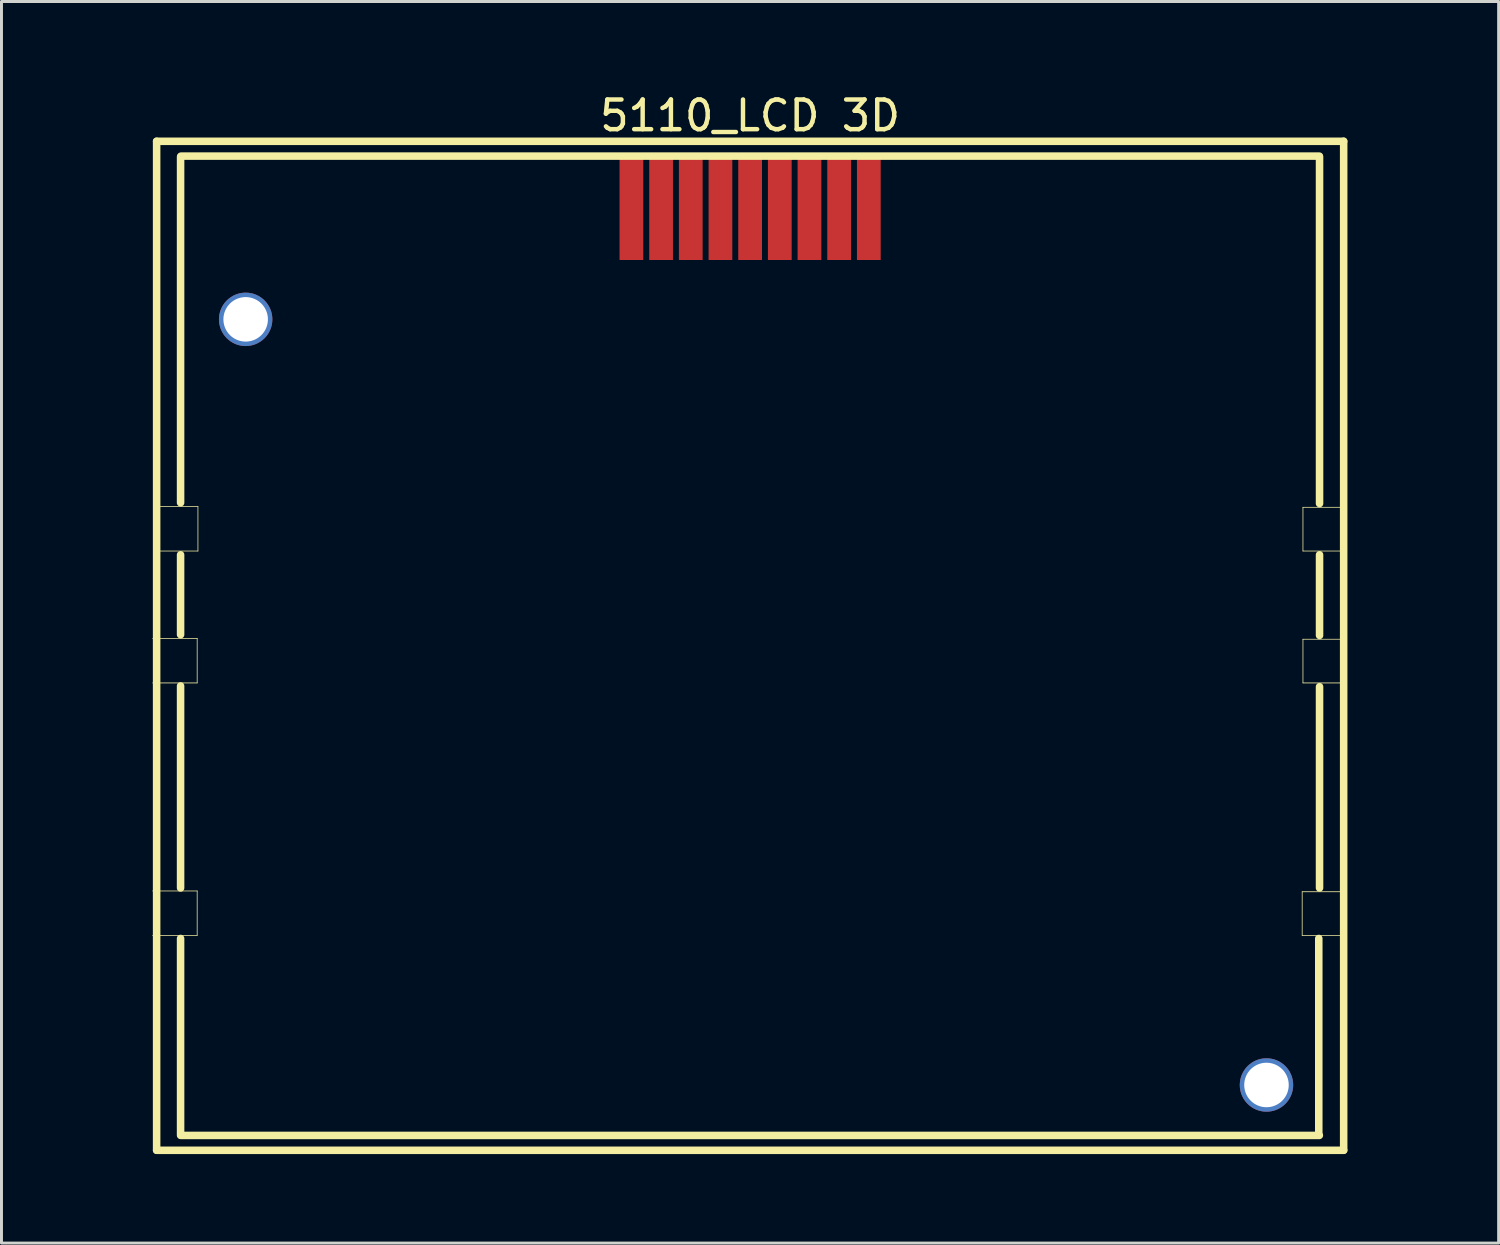
<source format=kicad_pcb>
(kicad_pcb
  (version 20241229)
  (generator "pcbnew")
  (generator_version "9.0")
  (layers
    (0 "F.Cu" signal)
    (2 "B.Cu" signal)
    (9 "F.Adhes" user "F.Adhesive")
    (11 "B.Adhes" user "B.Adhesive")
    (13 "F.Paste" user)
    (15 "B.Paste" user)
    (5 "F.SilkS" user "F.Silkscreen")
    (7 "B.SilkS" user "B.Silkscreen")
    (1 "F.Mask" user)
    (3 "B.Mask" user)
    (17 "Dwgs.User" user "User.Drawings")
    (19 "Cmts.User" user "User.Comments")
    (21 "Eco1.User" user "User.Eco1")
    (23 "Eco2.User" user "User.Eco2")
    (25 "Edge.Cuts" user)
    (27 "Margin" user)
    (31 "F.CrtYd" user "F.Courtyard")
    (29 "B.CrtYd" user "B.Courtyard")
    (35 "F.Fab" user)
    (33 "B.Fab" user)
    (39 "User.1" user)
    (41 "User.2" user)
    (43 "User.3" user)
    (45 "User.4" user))
  (footprint "5110_LCD 3D"
    (layer "F.Cu")
    (at 22.225 13.613)
    (property "Reference" "5110_LCD 3D" (at 0 -12.765 0) (layer "F.SilkS") (effects (font (size 1 1) (thickness 0.15))))
    (fp_rect (start -22.225 -7.798) (end -18.034 -12.065) (stroke (width 0) (type default)) (fill yes) (layer "B.Mask"))
    (fp_rect (start -22.225 12.014) (end -18.034 7.747) (stroke (width 0) (type default)) (fill yes) (layer "B.Mask"))
    (fp_rect (start 18.034 -7.798) (end 22.225 -12.014) (stroke (width 0) (type default)) (fill yes) (layer "B.Mask"))
    (fp_rect (start 18.034 12.065) (end 22.225 7.798) (stroke (width 0) (type default)) (fill yes) (layer "B.Mask"))
    (fp_line (start -20.13 4.851) (end -18.631 4.851) (stroke (width 0.025) (type solid)) (layer "F.SilkS"))
    (fp_line (start -20.13 6.35) (end -18.631 6.35) (stroke (width 0.025) (type solid)) (layer "F.SilkS"))
    (fp_line (start -20.13 13.36) (end -18.631 13.36) (stroke (width 0.025) (type solid)) (layer "F.SilkS"))
    (fp_line (start -20.13 14.859) (end -18.631 14.859) (stroke (width 0.025) (type solid)) (layer "F.SilkS"))
    (fp_line (start -20.104 0.406) (end -18.605 0.406) (stroke (width 0.025) (type solid)) (layer "F.SilkS"))
    (fp_line (start -20.104 1.905) (end -18.605 1.905) (stroke (width 0.025) (type solid)) (layer "F.SilkS"))
    (fp_line (start -19.997 -11.902) (end 20.003 -11.902) (stroke (width 0.254) (type solid)) (layer "F.SilkS"))
    (fp_line (start -19.997 22.098) (end -19.997 -11.902) (stroke (width 0.254) (type solid)) (layer "F.SilkS"))
    (fp_line (start -19.997 22.098) (end 20.003 22.098) (stroke (width 0.254) (type solid)) (layer "F.SilkS"))
    (fp_line (start -19.19 0.279) (end -19.19 -11.379) (stroke (width 0.254) (type solid)) (layer "F.SilkS"))
    (fp_line (start -19.19 4.724) (end -19.19 2.032) (stroke (width 0.254) (type solid)) (layer "F.SilkS"))
    (fp_line (start -19.19 13.259) (end -19.19 6.452) (stroke (width 0.254) (type solid)) (layer "F.SilkS"))
    (fp_line (start -19.19 21.59) (end -19.19 14.961) (stroke (width 0.254) (type solid)) (layer "F.SilkS"))
    (fp_line (start -19.177 -11.402) (end 19.183 -11.402) (stroke (width 0.254) (type solid)) (layer "F.SilkS"))
    (fp_line (start -19.177 21.598) (end 19.183 21.598) (stroke (width 0.254) (type solid)) (layer "F.SilkS"))
    (fp_line (start -18.631 6.35) (end -18.631 4.851) (stroke (width 0.025) (type solid)) (layer "F.SilkS"))
    (fp_line (start -18.631 14.859) (end -18.631 13.36) (stroke (width 0.025) (type solid)) (layer "F.SilkS"))
    (fp_line (start -18.605 1.905) (end -18.605 0.406) (stroke (width 0.025) (type solid)) (layer "F.SilkS"))
    (fp_line (start 18.605 13.386) (end 20.079 13.386) (stroke (width 0.025) (type solid)) (layer "F.SilkS"))
    (fp_line (start 18.605 14.859) (end 18.605 13.386) (stroke (width 0.025) (type solid)) (layer "F.SilkS"))
    (fp_line (start 18.605 14.859) (end 20.079 14.859) (stroke (width 0.025) (type solid)) (layer "F.SilkS"))
    (fp_line (start 18.631 0.432) (end 20.104 0.432) (stroke (width 0.025) (type solid)) (layer "F.SilkS"))
    (fp_line (start 18.631 1.905) (end 18.631 0.432) (stroke (width 0.025) (type solid)) (layer "F.SilkS"))
    (fp_line (start 18.631 1.905) (end 20.104 1.905) (stroke (width 0.025) (type solid)) (layer "F.SilkS"))
    (fp_line (start 18.631 4.877) (end 20.104 4.877) (stroke (width 0.025) (type solid)) (layer "F.SilkS"))
    (fp_line (start 18.631 6.35) (end 18.631 4.877) (stroke (width 0.025) (type solid)) (layer "F.SilkS"))
    (fp_line (start 18.631 6.35) (end 20.104 6.35) (stroke (width 0.025) (type solid)) (layer "F.SilkS"))
    (fp_line (start 19.164 21.565) (end 19.164 14.961) (stroke (width 0.254) (type solid)) (layer "F.SilkS"))
    (fp_line (start 19.19 0.305) (end 19.19 -11.379) (stroke (width 0.254) (type solid)) (layer "F.SilkS"))
    (fp_line (start 19.19 4.75) (end 19.19 2.032) (stroke (width 0.254) (type solid)) (layer "F.SilkS"))
    (fp_line (start 19.19 13.259) (end 19.19 6.477) (stroke (width 0.254) (type solid)) (layer "F.SilkS"))
    (fp_line (start 20.003 22.098) (end 20.003 -11.902) (stroke (width 0.254) (type solid)) (layer "F.SilkS"))
    (pad "" thru_hole circle (at -16.997 -5.902) (size 1.8 1.8) (drill 1.5) (layers "*.Cu" "*.Mask"))
    (pad "" thru_hole circle (at 17.402 19.898) (size 1.8 1.8) (drill 1.5) (layers "*.Cu" "*.Mask"))
    (pad "1" smd rect (at 4.002 -9.652) (size 0.8 3.5) (layers "F.Cu" "F.Mask" "F.Paste"))
    (pad "2" smd rect (at 3.002 -9.652) (size 0.8 3.5) (layers "F.Cu" "F.Mask" "F.Paste"))
    (pad "3" smd rect (at 2.002 -9.652) (size 0.8 3.5) (layers "F.Cu" "F.Mask" "F.Paste"))
    (pad "4" smd rect (at 1.002 -9.652) (size 0.8 3.5) (layers "F.Cu" "F.Mask" "F.Paste"))
    (pad "5" smd rect (at 0.002 -9.652) (size 0.8 3.5) (layers "F.Cu" "F.Mask" "F.Paste"))
    (pad "6" smd rect (at -0.998 -9.652) (size 0.8 3.5) (layers "F.Cu" "F.Mask" "F.Paste"))
    (pad "7" smd rect (at -1.998 -9.652) (size 0.8 3.5) (layers "F.Cu" "F.Mask" "F.Paste"))
    (pad "8" smd rect (at -2.998 -9.652) (size 0.8 3.5) (layers "F.Cu" "F.Mask" "F.Paste"))
    (pad "9" smd rect (at -3.998 -9.652) (size 0.8 3.5) (layers "F.Cu" "F.Mask" "F.Paste"))
    (zone (net_name "") (layers "F.Cu" "B.Cu") (hatch edge 0.5) (connect_pads) (min_thickness 0.25) (filled_areas_thickness no) (keepout (tracks not_allowed) (vias not_allowed) (pads not_allowed) (copperpour not_allowed) (footprints allowed)) (placement (enabled no)) (fill) (polygon (pts (xy 1.475 1.65) (xy 1.494 1.605) (xy 1.529 1.57) (xy 1.575 1.551) (xy 1.625 1.551) (xy 1.671 1.57) (xy 1.706 1.605) (xy 1.725 1.65) (xy 1.727 1.675) (xy 1.727 5.612) (xy 1.725 5.637) (xy 1.706 5.683) (xy 1.671 5.718) (xy 1.625 5.737) (xy 1.575 5.737) (xy 1.529 5.718) (xy 1.494 5.683) (xy 1.475 5.637) (xy 1.473 5.612) (xy 1.473 1.675))))
    (zone (net_name "") (layers "F.Cu" "B.Cu") (hatch edge 0.5) (connect_pads) (min_thickness 0.25) (filled_areas_thickness no) (keepout (tracks not_allowed) (vias not_allowed) (pads not_allowed) (copperpour not_allowed) (footprints allowed)) (placement (enabled no)) (fill) (polygon (pts (xy 1.476 21.462) (xy 1.495 21.417) (xy 1.53 21.382) (xy 1.576 21.363) (xy 1.625 21.363) (xy 1.671 21.382) (xy 1.706 21.417) (xy 1.725 21.462) (xy 1.728 21.487) (xy 1.727 25.424) (xy 1.725 25.449) (xy 1.706 25.495) (xy 1.671 25.53) (xy 1.625 25.549) (xy 1.575 25.549) (xy 1.529 25.53) (xy 1.494 25.495) (xy 1.475 25.449) (xy 1.473 25.424) (xy 1.474 21.487))))
    (zone (net_name "") (layers "F.Cu" "B.Cu") (hatch edge 0.5) (connect_pads) (min_thickness 0.25) (filled_areas_thickness no) (keepout (tracks not_allowed) (vias not_allowed) (pads not_allowed) (copperpour not_allowed) (footprints allowed)) (placement (enabled no)) (fill) (polygon (pts (xy 3.495 1.65) (xy 3.514 1.605) (xy 3.549 1.57) (xy 3.595 1.551) (xy 3.644 1.551) (xy 3.69 1.57) (xy 3.725 1.605) (xy 3.744 1.65) (xy 3.747 1.675) (xy 3.747 5.612) (xy 3.744 5.637) (xy 3.725 5.683) (xy 3.69 5.718) (xy 3.644 5.737) (xy 3.595 5.737) (xy 3.549 5.718) (xy 3.514 5.683) (xy 3.495 5.637) (xy 3.493 5.612) (xy 3.493 1.675))))
    (zone (net_name "") (layers "F.Cu" "B.Cu") (hatch edge 0.5) (connect_pads) (min_thickness 0.25) (filled_areas_thickness no) (keepout (tracks not_allowed) (vias not_allowed) (pads not_allowed) (copperpour not_allowed) (footprints allowed)) (placement (enabled no)) (fill) (polygon (pts (xy 3.495 21.462) (xy 3.514 21.417) (xy 3.549 21.382) (xy 3.595 21.363) (xy 3.645 21.363) (xy 3.691 21.382) (xy 3.726 21.417) (xy 3.745 21.462) (xy 3.747 21.487) (xy 3.747 25.424) (xy 3.745 25.449) (xy 3.726 25.495) (xy 3.691 25.53) (xy 3.645 25.549) (xy 3.595 25.549) (xy 3.549 25.53) (xy 3.514 25.495) (xy 3.495 25.449) (xy 3.493 25.424) (xy 3.493 21.487))))
    (zone (net_name "") (layers "F.Cu" "B.Cu") (hatch edge 0.5) (connect_pads) (min_thickness 0.25) (filled_areas_thickness no) (keepout (tracks not_allowed) (vias not_allowed) (pads not_allowed) (copperpour not_allowed) (footprints allowed)) (placement (enabled no)) (fill) (polygon (pts (xy 3.644 1.551) (xy 3.69 1.57) (xy 3.725 1.605) (xy 3.744 1.65) (xy 3.744 1.7) (xy 3.725 1.746) (xy 3.69 1.781) (xy 3.644 1.8) (xy 3.619 1.802) (xy 1.6 1.802) (xy 1.575 1.8) (xy 1.529 1.781) (xy 1.494 1.746) (xy 1.475 1.7) (xy 1.475 1.65) (xy 1.494 1.605) (xy 1.529 1.57) (xy 1.575 1.551) (xy 1.6 1.548) (xy 3.619 1.548))))
    (zone (net_name "") (layers "F.Cu" "B.Cu") (hatch edge 0.5) (connect_pads) (min_thickness 0.25) (filled_areas_thickness no) (keepout (tracks not_allowed) (vias not_allowed) (pads not_allowed) (copperpour not_allowed) (footprints allowed)) (placement (enabled no)) (fill) (polygon (pts (xy 3.644 5.488) (xy 3.69 5.507) (xy 3.725 5.542) (xy 3.744 5.587) (xy 3.744 5.637) (xy 3.725 5.683) (xy 3.69 5.718) (xy 3.644 5.737) (xy 3.619 5.739) (xy 1.6 5.739) (xy 1.575 5.737) (xy 1.529 5.718) (xy 1.494 5.683) (xy 1.475 5.637) (xy 1.475 5.587) (xy 1.494 5.542) (xy 1.529 5.507) (xy 1.575 5.488) (xy 1.6 5.485) (xy 3.619 5.485))))
    (zone (net_name "") (layers "F.Cu" "B.Cu") (hatch edge 0.5) (connect_pads) (min_thickness 0.25) (filled_areas_thickness no) (keepout (tracks not_allowed) (vias not_allowed) (pads not_allowed) (copperpour not_allowed) (footprints allowed)) (placement (enabled no)) (fill) (polygon (pts (xy 3.644 21.363) (xy 3.69 21.382) (xy 3.725 21.417) (xy 3.744 21.462) (xy 3.744 21.512) (xy 3.725 21.558) (xy 3.69 21.593) (xy 3.644 21.612) (xy 3.619 21.614) (xy 1.601 21.614) (xy 1.576 21.612) (xy 1.53 21.593) (xy 1.495 21.558) (xy 1.476 21.512) (xy 1.476 21.462) (xy 1.495 21.417) (xy 1.53 21.382) (xy 1.576 21.363) (xy 1.601 21.36) (xy 3.619 21.36))))
    (zone (net_name "") (layers "F.Cu" "B.Cu") (hatch edge 0.5) (connect_pads) (min_thickness 0.25) (filled_areas_thickness no) (keepout (tracks not_allowed) (vias not_allowed) (pads not_allowed) (copperpour not_allowed) (footprints allowed)) (placement (enabled no)) (fill) (polygon (pts (xy 3.644 25.3) (xy 3.69 25.319) (xy 3.725 25.354) (xy 3.744 25.399) (xy 3.744 25.449) (xy 3.725 25.495) (xy 3.69 25.53) (xy 3.644 25.549) (xy 3.619 25.551) (xy 1.6 25.551) (xy 1.575 25.549) (xy 1.529 25.53) (xy 1.494 25.495) (xy 1.475 25.449) (xy 1.475 25.399) (xy 1.494 25.354) (xy 1.529 25.319) (xy 1.575 25.3) (xy 1.6 25.297) (xy 3.619 25.297))))
    (zone (net_name "") (layers "F.Cu" "B.Cu") (hatch edge 0.5) (connect_pads) (min_thickness 0.25) (filled_areas_thickness no) (keepout (tracks not_allowed) (vias not_allowed) (pads not_allowed) (copperpour not_allowed) (footprints allowed)) (placement (enabled no)) (fill) (polygon (pts (xy 40.705 1.664) (xy 40.724 1.618) (xy 40.759 1.583) (xy 40.805 1.564) (xy 40.855 1.564) (xy 40.901 1.583) (xy 40.936 1.618) (xy 40.955 1.664) (xy 40.957 1.688) (xy 40.957 5.574) (xy 40.955 5.598) (xy 40.936 5.644) (xy 40.901 5.679) (xy 40.855 5.698) (xy 40.805 5.698) (xy 40.759 5.679) (xy 40.724 5.644) (xy 40.705 5.598) (xy 40.703 5.574) (xy 40.703 1.688))))
    (zone (net_name "") (layers "F.Cu" "B.Cu") (hatch edge 0.5) (connect_pads) (min_thickness 0.25) (filled_areas_thickness no) (keepout (tracks not_allowed) (vias not_allowed) (pads not_allowed) (copperpour not_allowed) (footprints allowed)) (placement (enabled no)) (fill) (polygon (pts (xy 40.705 21.615) (xy 40.724 21.569) (xy 40.759 21.534) (xy 40.805 21.515) (xy 40.855 21.515) (xy 40.901 21.534) (xy 40.936 21.569) (xy 40.955 21.615) (xy 40.957 21.64) (xy 40.957 25.538) (xy 40.955 25.563) (xy 40.936 25.609) (xy 40.901 25.644) (xy 40.855 25.663) (xy 40.805 25.663) (xy 40.759 25.644) (xy 40.724 25.609) (xy 40.705 25.563) (xy 40.703 25.538) (xy 40.703 21.64))))
    (zone (net_name "") (layers "F.Cu" "B.Cu") (hatch edge 0.5) (connect_pads) (min_thickness 0.25) (filled_areas_thickness no) (keepout (tracks not_allowed) (vias not_allowed) (pads not_allowed) (copperpour not_allowed) (footprints allowed)) (placement (enabled no)) (fill) (polygon (pts (xy 40.773 1.57) (xy 40.818 1.551) (xy 40.868 1.551) (xy 40.914 1.57) (xy 40.949 1.605) (xy 40.968 1.65) (xy 40.968 1.7) (xy 40.949 1.746) (xy 40.933 1.765) (xy 40.92 1.778) (xy 40.901 1.794) (xy 40.855 1.813) (xy 40.805 1.813) (xy 40.759 1.794) (xy 40.724 1.759) (xy 40.705 1.713) (xy 40.705 1.664) (xy 40.724 1.618) (xy 40.74 1.599) (xy 40.753 1.585))))
    (zone (net_name "") (layers "F.Cu" "B.Cu") (hatch edge 0.5) (connect_pads) (min_thickness 0.25) (filled_areas_thickness no) (keepout (tracks not_allowed) (vias not_allowed) (pads not_allowed) (copperpour not_allowed) (footprints allowed)) (placement (enabled no)) (fill) (polygon (pts (xy 40.949 25.481) (xy 40.968 25.526) (xy 40.968 25.576) (xy 40.949 25.622) (xy 40.914 25.657) (xy 40.868 25.676) (xy 40.818 25.676) (xy 40.773 25.657) (xy 40.753 25.641) (xy 40.74 25.628) (xy 40.724 25.609) (xy 40.705 25.563) (xy 40.705 25.513) (xy 40.724 25.467) (xy 40.759 25.432) (xy 40.805 25.413) (xy 40.855 25.413) (xy 40.901 25.432) (xy 40.92 25.448) (xy 40.933 25.461))))
    (zone (net_name "") (layers "F.Cu" "B.Cu") (hatch edge 0.5) (connect_pads) (min_thickness 0.25) (filled_areas_thickness no) (keepout (tracks not_allowed) (vias not_allowed) (pads not_allowed) (copperpour not_allowed) (footprints allowed)) (placement (enabled no)) (fill) (polygon (pts (xy 40.974 5.542) (xy 40.993 5.587) (xy 40.993 5.637) (xy 40.974 5.683) (xy 40.939 5.718) (xy 40.893 5.737) (xy 40.844 5.737) (xy 40.798 5.718) (xy 40.779 5.702) (xy 40.74 5.663) (xy 40.724 5.644) (xy 40.705 5.598) (xy 40.705 5.549) (xy 40.724 5.503) (xy 40.759 5.468) (xy 40.805 5.449) (xy 40.855 5.449) (xy 40.901 5.468) (xy 40.92 5.484) (xy 40.958 5.522))))
    (zone (net_name "") (layers "F.Cu" "B.Cu") (hatch edge 0.5) (connect_pads) (min_thickness 0.25) (filled_areas_thickness no) (keepout (tracks not_allowed) (vias not_allowed) (pads not_allowed) (copperpour not_allowed) (footprints allowed)) (placement (enabled no)) (fill) (polygon (pts (xy 42.725 1.65) (xy 42.744 1.605) (xy 42.779 1.57) (xy 42.825 1.551) (xy 42.875 1.551) (xy 42.921 1.57) (xy 42.956 1.605) (xy 42.975 1.65) (xy 42.977 1.675) (xy 42.977 5.612) (xy 42.975 5.637) (xy 42.956 5.683) (xy 42.921 5.718) (xy 42.875 5.737) (xy 42.825 5.737) (xy 42.779 5.718) (xy 42.744 5.683) (xy 42.725 5.637) (xy 42.723 5.612) (xy 42.723 1.675))))
    (zone (net_name "") (layers "F.Cu" "B.Cu") (hatch edge 0.5) (connect_pads) (min_thickness 0.25) (filled_areas_thickness no) (keepout (tracks not_allowed) (vias not_allowed) (pads not_allowed) (copperpour not_allowed) (footprints allowed)) (placement (enabled no)) (fill) (polygon (pts (xy 42.725 21.615) (xy 42.744 21.569) (xy 42.779 21.534) (xy 42.825 21.515) (xy 42.875 21.515) (xy 42.921 21.534) (xy 42.956 21.569) (xy 42.975 21.615) (xy 42.977 21.64) (xy 42.977 25.551) (xy 42.975 25.576) (xy 42.956 25.622) (xy 42.921 25.657) (xy 42.875 25.676) (xy 42.825 25.676) (xy 42.779 25.657) (xy 42.744 25.622) (xy 42.725 25.576) (xy 42.723 25.551) (xy 42.723 21.64))))
    (zone (net_name "") (layers "F.Cu" "B.Cu") (hatch edge 0.5) (connect_pads) (min_thickness 0.25) (filled_areas_thickness no) (keepout (tracks not_allowed) (vias not_allowed) (pads not_allowed) (copperpour not_allowed) (footprints allowed)) (placement (enabled no)) (fill) (polygon (pts (xy 42.798 25.427) (xy 42.844 25.446) (xy 42.879 25.481) (xy 42.898 25.526) (xy 42.898 25.576) (xy 42.879 25.622) (xy 42.844 25.657) (xy 42.798 25.676) (xy 42.774 25.678) (xy 40.843 25.678) (xy 40.818 25.676) (xy 40.773 25.657) (xy 40.738 25.622) (xy 40.719 25.576) (xy 40.719 25.526) (xy 40.738 25.481) (xy 40.773 25.446) (xy 40.818 25.427) (xy 40.843 25.424) (xy 42.774 25.424))))
    (zone (net_name "") (layers "F.Cu" "B.Cu") (hatch edge 0.5) (connect_pads) (min_thickness 0.25) (filled_areas_thickness no) (keepout (tracks not_allowed) (vias not_allowed) (pads not_allowed) (copperpour not_allowed) (footprints allowed)) (placement (enabled no)) (fill) (polygon (pts (xy 42.824 1.551) (xy 42.87 1.57) (xy 42.905 1.605) (xy 42.924 1.65) (xy 42.924 1.7) (xy 42.905 1.746) (xy 42.87 1.781) (xy 42.824 1.8) (xy 42.799 1.802) (xy 40.843 1.802) (xy 40.818 1.8) (xy 40.773 1.781) (xy 40.738 1.746) (xy 40.719 1.7) (xy 40.719 1.65) (xy 40.738 1.605) (xy 40.773 1.57) (xy 40.818 1.551) (xy 40.843 1.548) (xy 42.799 1.548))))
    (zone (net_name "") (layers "F.Cu" "B.Cu") (hatch edge 0.5) (connect_pads) (min_thickness 0.25) (filled_areas_thickness no) (keepout (tracks not_allowed) (vias not_allowed) (pads not_allowed) (copperpour not_allowed) (footprints allowed)) (placement (enabled no)) (fill) (polygon (pts (xy 42.824 5.488) (xy 42.87 5.507) (xy 42.905 5.542) (xy 42.924 5.587) (xy 42.924 5.637) (xy 42.905 5.683) (xy 42.87 5.718) (xy 42.824 5.737) (xy 42.799 5.739) (xy 40.869 5.739) (xy 40.844 5.737) (xy 40.798 5.718) (xy 40.763 5.683) (xy 40.744 5.637) (xy 40.744 5.587) (xy 40.763 5.542) (xy 40.798 5.507) (xy 40.844 5.488) (xy 40.869 5.485) (xy 42.799 5.485))))
    (zone (net_name "") (layers "F.Cu" "B.Cu") (hatch edge 0.5) (connect_pads) (min_thickness 0.25) (filled_areas_thickness no) (keepout (tracks not_allowed) (vias not_allowed) (pads not_allowed) (copperpour not_allowed) (footprints allowed)) (placement (enabled no)) (fill) (polygon (pts (xy 42.875 21.515) (xy 42.921 21.534) (xy 42.956 21.569) (xy 42.975 21.615) (xy 42.975 21.664) (xy 42.956 21.71) (xy 42.921 21.745) (xy 42.875 21.764) (xy 42.85 21.767) (xy 40.83 21.767) (xy 40.805 21.764) (xy 40.759 21.745) (xy 40.724 21.71) (xy 40.705 21.664) (xy 40.705 21.615) (xy 40.724 21.569) (xy 40.759 21.534) (xy 40.805 21.515) (xy 40.83 21.513) (xy 42.85 21.513)))))
  (gr_rect
    (start -3 -3)
    (end 47.45 38.838)
    (stroke (width 0.1) (type default))
    (fill no)
    (layer "Edge.Cuts")))
</source>
